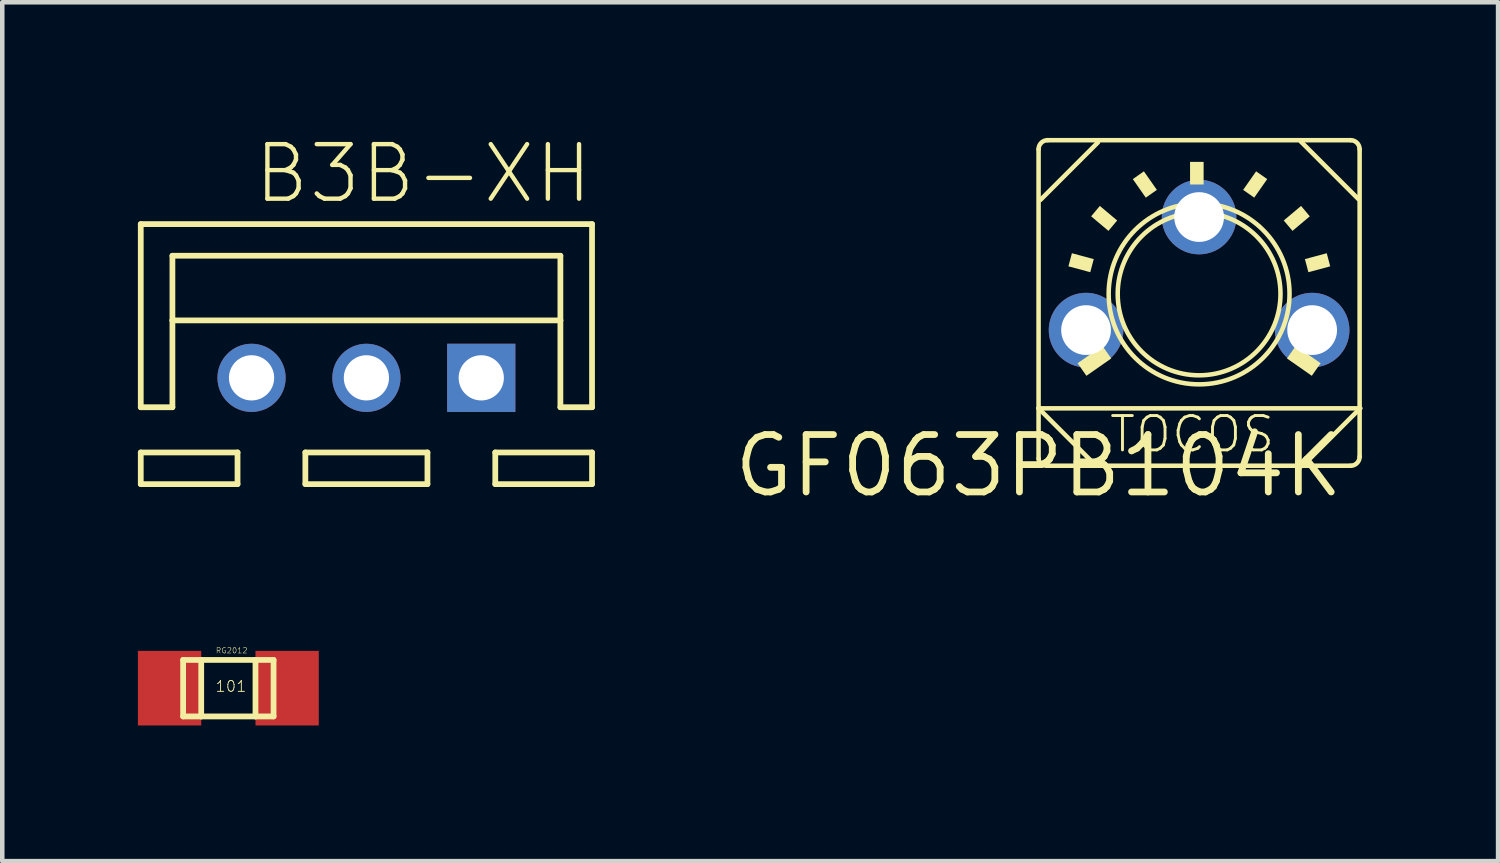
<source format=kicad_pcb>
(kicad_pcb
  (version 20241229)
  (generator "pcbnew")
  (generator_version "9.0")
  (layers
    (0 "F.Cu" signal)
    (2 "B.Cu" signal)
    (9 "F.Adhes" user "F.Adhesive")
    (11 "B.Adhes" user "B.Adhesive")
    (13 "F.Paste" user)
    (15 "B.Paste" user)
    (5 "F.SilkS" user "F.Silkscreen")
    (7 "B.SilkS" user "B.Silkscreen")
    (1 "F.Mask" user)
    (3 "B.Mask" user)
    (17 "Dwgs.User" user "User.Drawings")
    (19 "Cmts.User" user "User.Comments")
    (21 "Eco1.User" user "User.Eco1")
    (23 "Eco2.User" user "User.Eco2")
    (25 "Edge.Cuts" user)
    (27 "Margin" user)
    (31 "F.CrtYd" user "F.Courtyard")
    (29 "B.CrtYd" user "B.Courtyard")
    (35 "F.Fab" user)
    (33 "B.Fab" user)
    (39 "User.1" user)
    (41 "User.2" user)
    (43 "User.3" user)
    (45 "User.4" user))
  (footprint "RG2012"
    (layer "F.Cu")
    (at 0.7 12.169)
    (property "Reference" "RG2012" (at 1.016 -0.762 0) (layer "F.SilkS") (effects (font (size 0.121 0.121) (thickness 0.01)) (justify left bottom)))
    (attr through_hole)
    (fp_line (start 0.3 -0.625) (end 0.3 0.625) (stroke (width 0.127) (type solid)) (layer "F.SilkS"))
    (fp_line (start 0.3 0.625) (end 0.7 0.625) (stroke (width 0.127) (type solid)) (layer "F.SilkS"))
    (fp_line (start 0.7 -0.625) (end 0.3 -0.625) (stroke (width 0.127) (type solid)) (layer "F.SilkS"))
    (fp_line (start 0.7 -0.625) (end 0.7 0.625) (stroke (width 0.127) (type solid)) (layer "F.SilkS"))
    (fp_line (start 0.7 0.625) (end 1.9 0.625) (stroke (width 0.127) (type solid)) (layer "F.SilkS"))
    (fp_line (start 1.9 -0.625) (end 0.7 -0.625) (stroke (width 0.127) (type solid)) (layer "F.SilkS"))
    (fp_line (start 1.9 -0.625) (end 1.9 0.625) (stroke (width 0.127) (type solid)) (layer "F.SilkS"))
    (fp_line (start 1.9 0.625) (end 2.3 0.625) (stroke (width 0.127) (type solid)) (layer "F.SilkS"))
    (fp_line (start 2.3 -0.625) (end 1.9 -0.625) (stroke (width 0.127) (type solid)) (layer "F.SilkS"))
    (fp_line (start 2.3 0.625) (end 2.3 -0.625) (stroke (width 0.127) (type solid)) (layer "F.SilkS"))
    (fp_text user "101" (at 1 0.1 0) (layer "F.SilkS") (effects (font (size 0.241 0.241) (thickness 0.02)) (justify left bottom)))
    (pad "LEFT" smd rect (at 0 0) (size 1.4 1.65) (layers "F.Cu" "F.Mask" "F.Paste"))
    (pad "RIGHT" smd rect (at 2.6 0) (size 1.4 1.65) (layers "F.Cu" "F.Mask" "F.Paste")))
  (footprint "GF063PB104K"
    (layer "F.Cu")
    (at 19.918 7.25)
    (property "Reference" "GF063PB104K" (at 0 0 0) (layer "F.SilkS") (effects (font (size 1.27 1.27) (thickness 0.15))))
    (attr through_hole)
    (fp_line (start 0 -7) (end 0 -1.27) (stroke (width 0.1) (type solid)) (layer "F.SilkS"))
    (fp_line (start 0 -1.27) (end 0 -0.159) (stroke (width 0.1) (type solid)) (layer "F.SilkS"))
    (fp_line (start 0 -1.27) (end 7.112 -1.27) (stroke (width 0.1) (type solid)) (layer "F.SilkS"))
    (fp_line (start 0.183 0) (end 1.27 0) (stroke (width 0.1) (type solid)) (layer "F.SilkS"))
    (fp_line (start 1.27 0) (end 0 -1.27) (stroke (width 0.1) (type solid)) (layer "F.SilkS"))
    (fp_line (start 1.27 0) (end 5.842 0) (stroke (width 0.1) (type solid)) (layer "F.SilkS"))
    (fp_line (start 1.312 -7.15) (end 0.042 -5.88) (stroke (width 0.1) (type solid)) (layer "F.SilkS"))
    (fp_line (start 5.8 -7.17) (end 7.07 -5.9) (stroke (width 0.1) (type solid)) (layer "F.SilkS"))
    (fp_line (start 5.842 0) (end 6.9 0) (stroke (width 0.1) (type solid)) (layer "F.SilkS"))
    (fp_line (start 6.9 -7.2) (end 0.2 -7.2) (stroke (width 0.1) (type solid)) (layer "F.SilkS"))
    (fp_line (start 7.1 -0.2) (end 7.1 -7) (stroke (width 0.1) (type solid)) (layer "F.SilkS"))
    (fp_line (start 7.112 -1.27) (end 5.842 0) (stroke (width 0.1) (type solid)) (layer "F.SilkS"))
    (fp_arc (start 0 -7) (mid 0.058579 -7.141421) (end 0.2 -7.2) (stroke (width 0.1) (type solid)) (layer "F.SilkS"))
    (fp_arc (start 0.041421 -0.058578) (mid 0.010765 -0.104458) (end 0 -0.158577) (stroke (width 0.1) (type solid)) (layer "F.SilkS"))
    (fp_arc (start 0.182843 0) (mid 0.106306 -0.015223) (end 0.041421 -0.058577) (stroke (width 0.1) (type solid)) (layer "F.SilkS"))
    (fp_arc (start 6.9 -7.2) (mid 7.041421 -7.141421) (end 7.1 -7) (stroke (width 0.1) (type solid)) (layer "F.SilkS"))
    (fp_arc (start 7.1 -0.2) (mid 7.041421 -0.058579) (end 6.9 0) (stroke (width 0.1) (type solid)) (layer "F.SilkS"))
    (fp_circle (center 3.55 -3.8) (end 5.35 -3.8) (stroke (width 0.1) (type solid)) (fill no) (layer "F.SilkS"))
    (fp_circle (center 3.55 -3.8) (end 5.55 -3.8) (stroke (width 0.1) (type solid)) (fill no) (layer "F.SilkS"))
    (fp_poly (pts (xy 0.66 -4.41) (xy 1.143 -4.28) (xy 1.22 -4.57) (xy 0.737 -4.7)) (stroke (width 0) (type solid)) (fill yes) (layer "F.SilkS"))
    (fp_poly (pts (xy 0.747 -3.04) (xy 1.23 -3.17) (xy 1.153 -3.46) (xy 0.67 -3.33)) (stroke (width 0) (type solid)) (fill yes) (layer "F.SilkS"))
    (fp_poly (pts (xy 1.058 -1.989) (xy 1.607 -2.373) (xy 1.412 -2.651) (xy 0.863 -2.267)) (stroke (width 0) (type solid)) (fill yes) (layer "F.SilkS"))
    (fp_poly (pts (xy 1.162 -5.516) (xy 1.545 -5.194) (xy 1.738 -5.424) (xy 1.355 -5.746)) (stroke (width 0) (type solid)) (fill yes) (layer "F.SilkS"))
    (fp_poly (pts (xy 2.084 -6.339) (xy 2.371 -5.929) (xy 2.616 -6.101) (xy 2.329 -6.511)) (stroke (width 0) (type solid)) (fill yes) (layer "F.SilkS"))
    (fp_poly (pts (xy 3.65 -6.22) (xy 3.65 -6.72) (xy 3.35 -6.72) (xy 3.35 -6.22)) (stroke (width 0) (type solid)) (fill yes) (layer "F.SilkS"))
    (fp_poly (pts (xy 4.769 -5.929) (xy 5.056 -6.339) (xy 4.811 -6.511) (xy 4.524 -6.101)) (stroke (width 0) (type solid)) (fill yes) (layer "F.SilkS"))
    (fp_poly (pts (xy 5.493 -2.373) (xy 6.042 -1.989) (xy 6.237 -2.267) (xy 5.688 -2.651)) (stroke (width 0) (type solid)) (fill yes) (layer "F.SilkS"))
    (fp_poly (pts (xy 5.615 -5.194) (xy 5.998 -5.516) (xy 5.805 -5.746) (xy 5.422 -5.424)) (stroke (width 0) (type solid)) (fill yes) (layer "F.SilkS"))
    (fp_poly (pts (xy 5.9 -3.17) (xy 6.383 -3.04) (xy 6.46 -3.33) (xy 5.977 -3.46)) (stroke (width 0) (type solid)) (fill yes) (layer "F.SilkS"))
    (fp_poly (pts (xy 5.967 -4.28) (xy 6.45 -4.41) (xy 6.373 -4.7) (xy 5.89 -4.57)) (stroke (width 0) (type solid)) (fill yes) (layer "F.SilkS"))
    (fp_text user "TOCOS" (at 1.524 -0.254 0) (layer "F.SilkS") (effects (font (size 0.76 0.76) (thickness 0.064)) (justify left bottom)))
    (pad "CENTER" thru_hole circle (at 3.55 -5.5) (size 1.65 1.65) (drill 1.1) (layers "*.Cu" "*.Mask"))
    (pad "LEFT" thru_hole circle (at 1.05 -3) (size 1.65 1.65) (drill 1.1) (layers "*.Cu" "*.Mask"))
    (pad "RIGHT" thru_hole circle (at 6.05 -3) (size 1.65 1.65) (drill 1.1) (layers "*.Cu" "*.Mask")))
  (footprint "B3B-XH"
    (layer "F.Cu")
    (at 5.053 5.306)
    (property "Reference" "B3B-XH" (at -2.54 -3.81 0) (layer "F.SilkS") (effects (font (size 1.206 1.206) (thickness 0.097)) (justify left bottom)))
    (attr through_hole)
    (fp_line (start -4.99 -3.4) (end 4.99 -3.4) (stroke (width 0.127) (type solid)) (layer "F.SilkS"))
    (fp_line (start -4.99 0.65) (end -4.99 -3.4) (stroke (width 0.127) (type solid)) (layer "F.SilkS"))
    (fp_line (start -4.99 0.65) (end -4.29 0.65) (stroke (width 0.127) (type solid)) (layer "F.SilkS"))
    (fp_line (start -4.99 2.35) (end -4.99 1.65) (stroke (width 0.127) (type solid)) (layer "F.SilkS"))
    (fp_line (start -4.29 -2.7) (end 4.29 -2.7) (stroke (width 0.127) (type solid)) (layer "F.SilkS"))
    (fp_line (start -4.29 -1.27) (end -4.29 -2.7) (stroke (width 0.127) (type solid)) (layer "F.SilkS"))
    (fp_line (start -4.29 -1.27) (end 4.29 -1.27) (stroke (width 0.127) (type solid)) (layer "F.SilkS"))
    (fp_line (start -4.29 0.65) (end -4.29 -1.27) (stroke (width 0.127) (type solid)) (layer "F.SilkS"))
    (fp_line (start -2.85 1.65) (end -4.99 1.65) (stroke (width 0.127) (type solid)) (layer "F.SilkS"))
    (fp_line (start -2.85 1.65) (end -2.85 2.35) (stroke (width 0.127) (type solid)) (layer "F.SilkS"))
    (fp_line (start -2.85 2.35) (end -4.99 2.35) (stroke (width 0.127) (type solid)) (layer "F.SilkS"))
    (fp_line (start -1.35 1.65) (end -1.35 2.35) (stroke (width 0.127) (type solid)) (layer "F.SilkS"))
    (fp_line (start 1.35 1.65) (end -1.35 1.65) (stroke (width 0.127) (type solid)) (layer "F.SilkS"))
    (fp_line (start 1.35 1.65) (end 1.35 2.35) (stroke (width 0.127) (type solid)) (layer "F.SilkS"))
    (fp_line (start 1.35 2.35) (end -1.35 2.35) (stroke (width 0.127) (type solid)) (layer "F.SilkS"))
    (fp_line (start 2.85 1.65) (end 2.85 2.35) (stroke (width 0.127) (type solid)) (layer "F.SilkS"))
    (fp_line (start 2.85 1.65) (end 4.99 1.65) (stroke (width 0.127) (type solid)) (layer "F.SilkS"))
    (fp_line (start 2.85 2.35) (end 4.99 2.35) (stroke (width 0.127) (type solid)) (layer "F.SilkS"))
    (fp_line (start 4.29 -2.7) (end 4.29 -1.27) (stroke (width 0.127) (type solid)) (layer "F.SilkS"))
    (fp_line (start 4.29 -1.27) (end 4.29 0.65) (stroke (width 0.127) (type solid)) (layer "F.SilkS"))
    (fp_line (start 4.29 0.65) (end 4.99 0.65) (stroke (width 0.127) (type solid)) (layer "F.SilkS"))
    (fp_line (start 4.99 -3.4) (end 4.99 0.65) (stroke (width 0.127) (type solid)) (layer "F.SilkS"))
    (fp_line (start 4.99 2.35) (end 4.99 1.65) (stroke (width 0.127) (type solid)) (layer "F.SilkS"))
    (pad "1" thru_hole rect (at 2.54 0) (size 1.508 1.508) (drill 1) (layers "*.Cu" "*.Mask"))
    (pad "2" thru_hole circle (at 0 0) (size 1.508 1.508) (drill 1) (layers "*.Cu" "*.Mask"))
    (pad "3" thru_hole circle (at -2.54 0) (size 1.508 1.508) (drill 1) (layers "*.Cu" "*.Mask")))
  (gr_rect
    (start -3 -3)
    (end 30.08 15.994)
    (stroke (width 0.1) (type default))
    (fill no)
    (layer "Edge.Cuts")))
</source>
